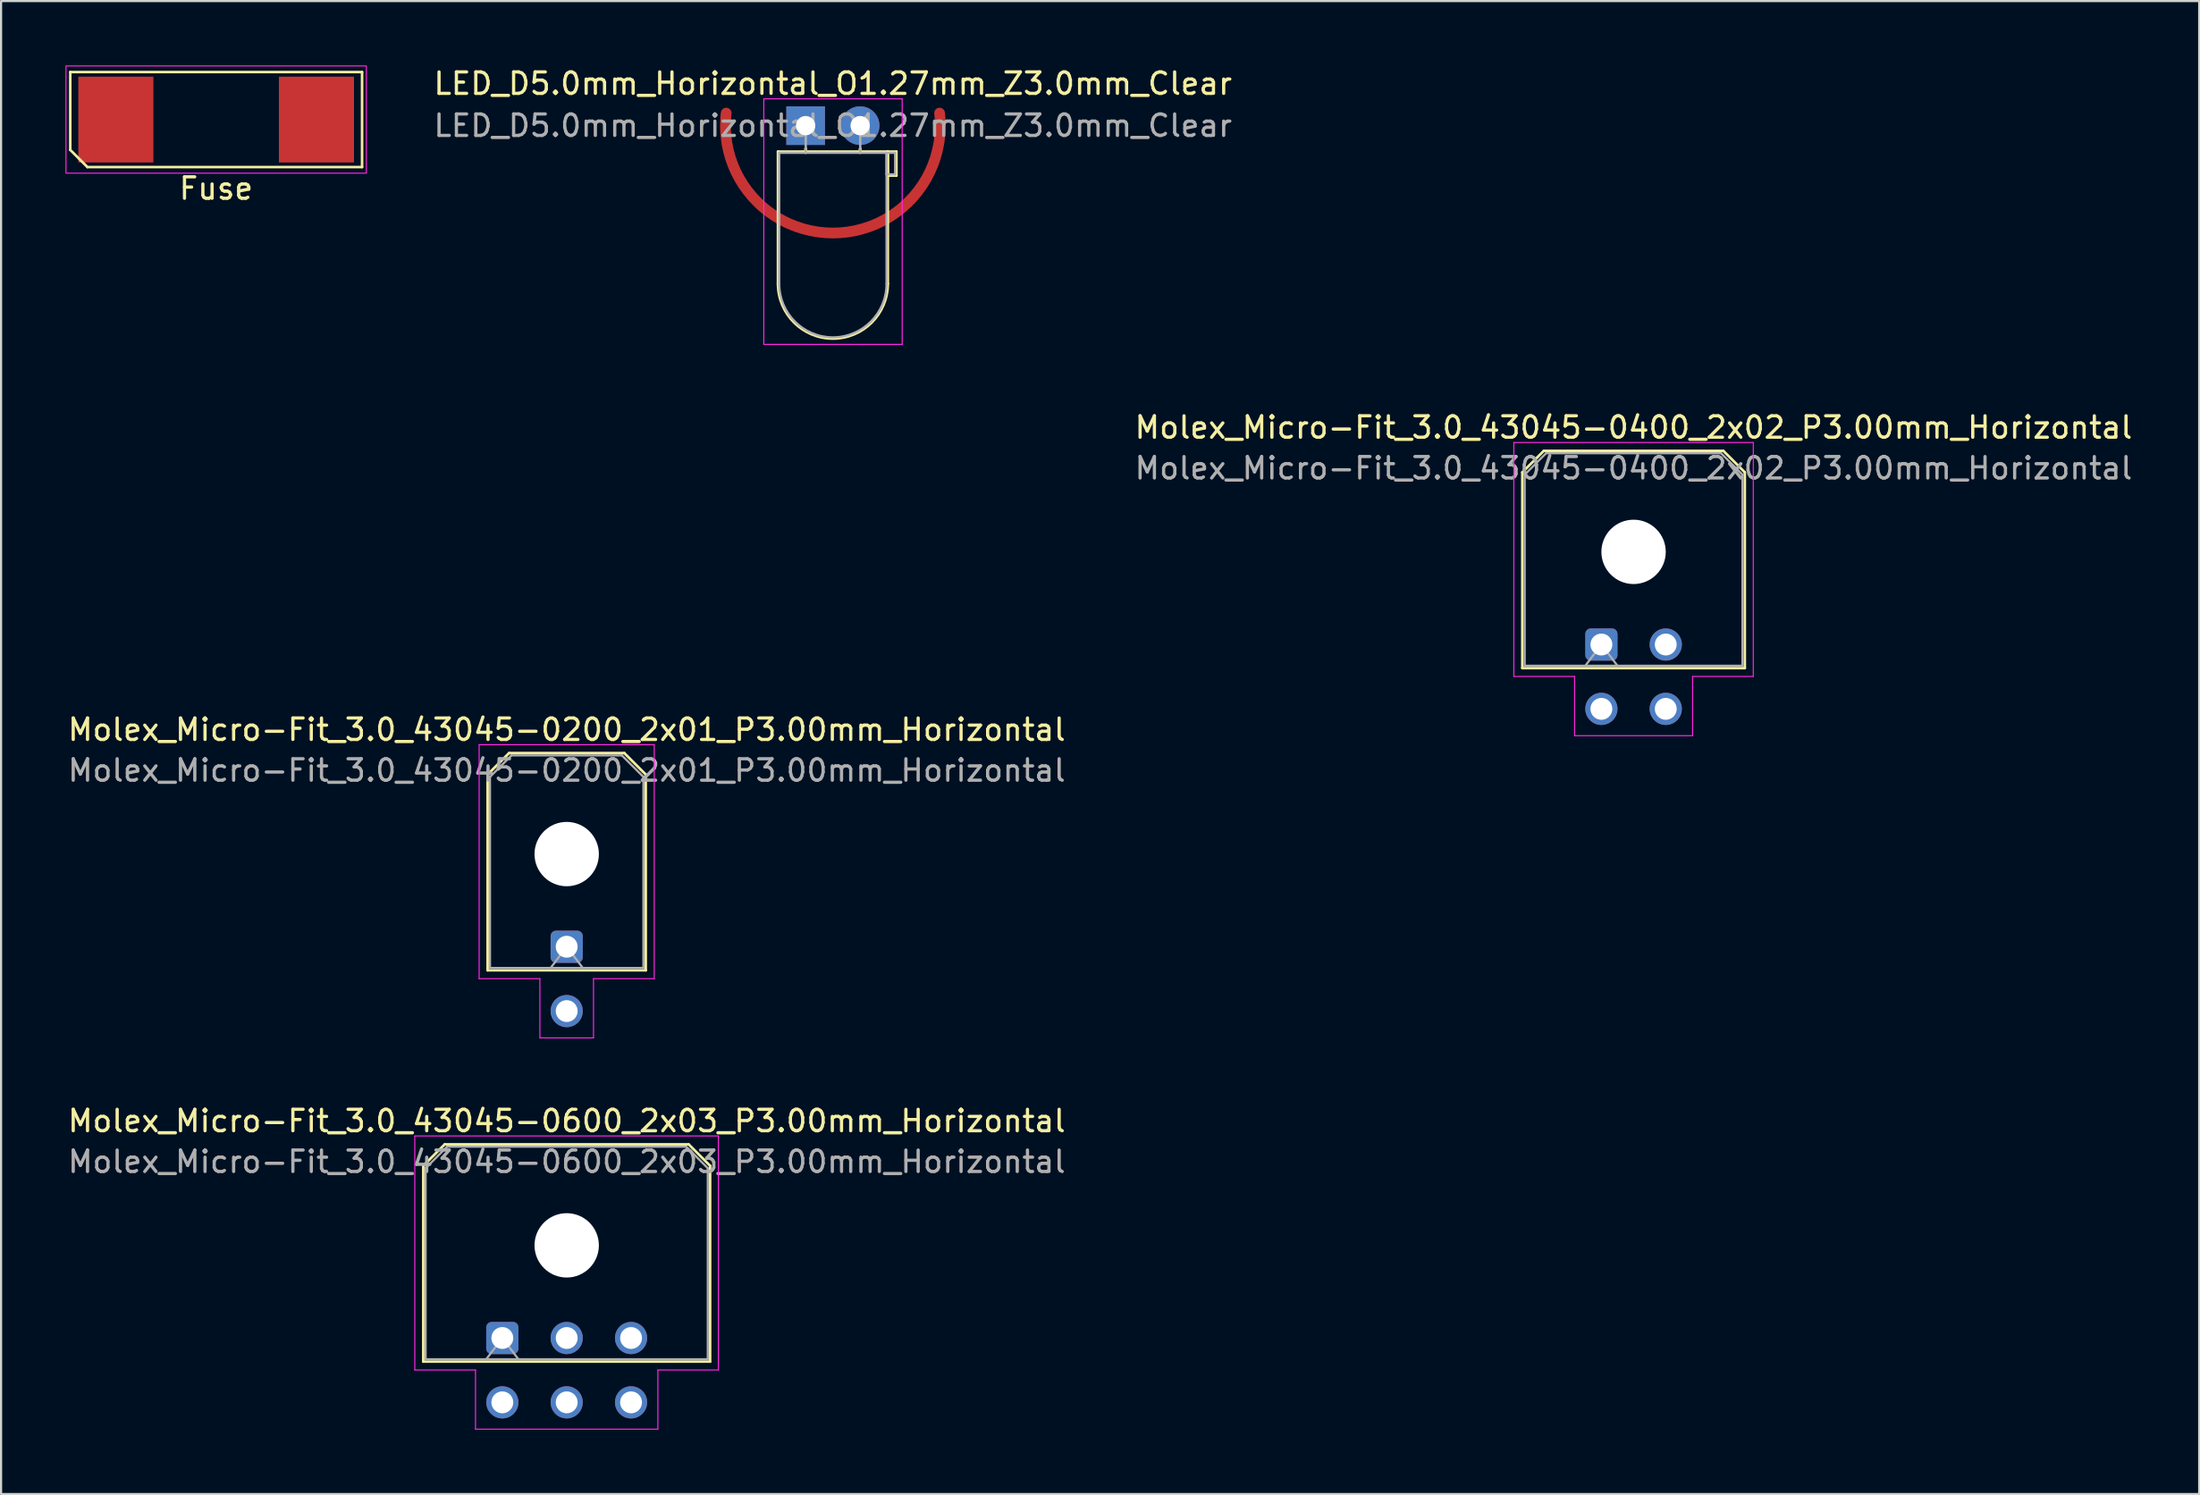
<source format=kicad_pcb>
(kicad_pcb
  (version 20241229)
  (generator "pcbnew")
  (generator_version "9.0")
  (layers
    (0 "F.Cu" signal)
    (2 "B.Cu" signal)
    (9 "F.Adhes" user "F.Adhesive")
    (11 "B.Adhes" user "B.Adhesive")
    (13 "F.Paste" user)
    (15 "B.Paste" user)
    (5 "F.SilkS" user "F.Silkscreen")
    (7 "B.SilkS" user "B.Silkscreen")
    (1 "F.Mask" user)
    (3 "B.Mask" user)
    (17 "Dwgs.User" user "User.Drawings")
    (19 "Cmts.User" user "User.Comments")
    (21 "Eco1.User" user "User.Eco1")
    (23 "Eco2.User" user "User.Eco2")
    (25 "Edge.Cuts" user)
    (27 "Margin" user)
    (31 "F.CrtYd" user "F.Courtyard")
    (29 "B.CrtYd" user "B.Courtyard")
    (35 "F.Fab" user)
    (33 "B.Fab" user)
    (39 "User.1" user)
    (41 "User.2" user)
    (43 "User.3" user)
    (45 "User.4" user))
  (footprint "Molex_Micro-Fit_3.0_43045-0200_2x01_P3.00mm_Horizontal"
    (layer "F.Cu")
    (at 23.363 41.093)
    (property "Reference" "Molex_Micro-Fit_3.0_43045-0200_2x01_P3.00mm_Horizontal" (at 0 -10.12 0) (layer "F.SilkS") (effects (font (size 1 1) (thickness 0.15))))
    (attr through_hole)
    (fp_line (start -3.685 -8.03) (end -2.685 -9.03) (stroke (width 0.12) (type solid)) (layer "F.SilkS"))
    (fp_line (start -3.685 1.1) (end -3.685 -8.03) (stroke (width 0.12) (type solid)) (layer "F.SilkS"))
    (fp_line (start -2.685 -9.03) (end 2.685 -9.03) (stroke (width 0.12) (type solid)) (layer "F.SilkS"))
    (fp_line (start 2.685 -9.03) (end 3.685 -8.03) (stroke (width 0.12) (type solid)) (layer "F.SilkS"))
    (fp_line (start 3.685 -8.03) (end 3.685 1.1) (stroke (width 0.12) (type solid)) (layer "F.SilkS"))
    (fp_line (start 3.685 1.1) (end -3.685 1.1) (stroke (width 0.12) (type solid)) (layer "F.SilkS"))
    (fp_line (start -4.08 -9.42) (end 4.08 -9.42) (stroke (width 0.05) (type solid)) (layer "F.CrtYd"))
    (fp_line (start -4.08 1.49) (end -4.08 -9.42) (stroke (width 0.05) (type solid)) (layer "F.CrtYd"))
    (fp_line (start -1.25 1.49) (end -4.08 1.49) (stroke (width 0.05) (type solid)) (layer "F.CrtYd"))
    (fp_line (start -1.25 4.25) (end -1.25 1.49) (stroke (width 0.05) (type solid)) (layer "F.CrtYd"))
    (fp_line (start 1.25 1.49) (end 1.25 4.25) (stroke (width 0.05) (type solid)) (layer "F.CrtYd"))
    (fp_line (start 1.25 4.25) (end -1.25 4.25) (stroke (width 0.05) (type solid)) (layer "F.CrtYd"))
    (fp_line (start 4.08 -9.42) (end 4.08 1.49) (stroke (width 0.05) (type solid)) (layer "F.CrtYd"))
    (fp_line (start 4.08 1.49) (end 1.25 1.49) (stroke (width 0.05) (type solid)) (layer "F.CrtYd"))
    (fp_line (start -3.575 -7.92) (end -2.575 -8.92) (stroke (width 0.1) (type solid)) (layer "F.Fab"))
    (fp_line (start -3.575 0.99) (end -3.575 -7.92) (stroke (width 0.1) (type solid)) (layer "F.Fab"))
    (fp_line (start -2.575 -8.92) (end 2.575 -8.92) (stroke (width 0.1) (type solid)) (layer "F.Fab"))
    (fp_line (start -0.75 0.99) (end 0 0) (stroke (width 0.1) (type solid)) (layer "F.Fab"))
    (fp_line (start 0 0) (end 0.75 0.99) (stroke (width 0.1) (type solid)) (layer "F.Fab"))
    (fp_line (start 2.575 -8.92) (end 3.575 -7.92) (stroke (width 0.1) (type solid)) (layer "F.Fab"))
    (fp_line (start 3.575 -7.92) (end 3.575 0.99) (stroke (width 0.1) (type solid)) (layer "F.Fab"))
    (fp_line (start 3.575 0.99) (end -3.575 0.99) (stroke (width 0.1) (type solid)) (layer "F.Fab"))
    (fp_rect (start -2.8 -25) (end 2.8 -10) (stroke (width 0.12) (type solid)) (fill no) (layer "User.1"))
    (fp_text user "${REFERENCE}" (at 0 -8.22 0) (layer "F.Fab") (effects (font (size 1 1) (thickness 0.15))))
    (pad "" np_thru_hole circle (at 0 -4.32) (size 3 3) (drill 3) (layers "*.Cu" "*.Mask"))
    (pad "1" thru_hole roundrect (at 0 0) (size 1.5 1.5) (drill 1.02) (layers "*.Cu" "*.Mask") (roundrect_rratio 0.167))
    (pad "2" thru_hole circle (at 0 3) (size 1.5 1.5) (drill 1.02) (layers "*.Cu" "*.Mask")))
  (footprint "LED_D5.0mm_Horizontal_O1.27mm_Z3.0mm_Clear"
    (layer "F.Cu")
    (at 35.77 2.808)
    (property "Reference" "LED_D5.0mm_Horizontal_O1.27mm_Z3.0mm_Clear" (at 0 -1.96 0) (layer "F.SilkS") (effects (font (size 1 1) (thickness 0.15))))
    (attr through_hole)
    (fp_arc (start 4.9728 -0.584169) (mid 0 5.006994) (end -4.9728 -0.58417) (stroke (width 0.5) (type solid)) (layer "F.Cu"))
    (fp_line (start -2.56 1.21) (end -2.56 7.37) (stroke (width 0.12) (type solid)) (layer "F.SilkS"))
    (fp_line (start -2.56 1.21) (end 2.56 1.21) (stroke (width 0.12) (type solid)) (layer "F.SilkS"))
    (fp_line (start -1.27 1.08) (end -1.27 1.08) (stroke (width 0.12) (type solid)) (layer "F.SilkS"))
    (fp_line (start -1.27 1.08) (end -1.27 1.21) (stroke (width 0.12) (type solid)) (layer "F.SilkS"))
    (fp_line (start -1.27 1.21) (end -1.27 1.08) (stroke (width 0.12) (type solid)) (layer "F.SilkS"))
    (fp_line (start -1.27 1.21) (end -1.27 1.21) (stroke (width 0.12) (type solid)) (layer "F.SilkS"))
    (fp_line (start 1.27 1.08) (end 1.27 1.08) (stroke (width 0.12) (type solid)) (layer "F.SilkS"))
    (fp_line (start 1.27 1.08) (end 1.27 1.21) (stroke (width 0.12) (type solid)) (layer "F.SilkS"))
    (fp_line (start 1.27 1.21) (end 1.27 1.08) (stroke (width 0.12) (type solid)) (layer "F.SilkS"))
    (fp_line (start 1.27 1.21) (end 1.27 1.21) (stroke (width 0.12) (type solid)) (layer "F.SilkS"))
    (fp_line (start 2.56 1.21) (end 2.56 7.37) (stroke (width 0.12) (type solid)) (layer "F.SilkS"))
    (fp_line (start 2.56 1.21) (end 2.96 1.21) (stroke (width 0.12) (type solid)) (layer "F.SilkS"))
    (fp_line (start 2.56 2.33) (end 2.56 1.21) (stroke (width 0.12) (type solid)) (layer "F.SilkS"))
    (fp_line (start 2.96 1.21) (end 2.96 2.33) (stroke (width 0.12) (type solid)) (layer "F.SilkS"))
    (fp_line (start 2.96 2.33) (end 2.56 2.33) (stroke (width 0.12) (type solid)) (layer "F.SilkS"))
    (fp_arc (start 2.56 7.37) (mid 0 9.93) (end -2.56 7.37) (stroke (width 0.12) (type solid)) (layer "F.SilkS"))
    (fp_line (start -3.22 -1.25) (end -3.22 10.2) (stroke (width 0.05) (type solid)) (layer "F.CrtYd"))
    (fp_line (start -3.22 10.2) (end 3.23 10.2) (stroke (width 0.05) (type solid)) (layer "F.CrtYd"))
    (fp_line (start 3.23 -1.25) (end -3.22 -1.25) (stroke (width 0.05) (type solid)) (layer "F.CrtYd"))
    (fp_line (start 3.23 10.2) (end 3.23 -1.25) (stroke (width 0.05) (type solid)) (layer "F.CrtYd"))
    (fp_line (start -2.5 1.27) (end -2.5 7.37) (stroke (width 0.1) (type solid)) (layer "F.Fab"))
    (fp_line (start -2.5 1.27) (end 2.5 1.27) (stroke (width 0.1) (type solid)) (layer "F.Fab"))
    (fp_line (start -1.27 0) (end -1.27 0) (stroke (width 0.1) (type solid)) (layer "F.Fab"))
    (fp_line (start -1.27 0) (end -1.27 1.27) (stroke (width 0.1) (type solid)) (layer "F.Fab"))
    (fp_line (start -1.27 1.27) (end -1.27 0) (stroke (width 0.1) (type solid)) (layer "F.Fab"))
    (fp_line (start -1.27 1.27) (end -1.27 1.27) (stroke (width 0.1) (type solid)) (layer "F.Fab"))
    (fp_line (start 1.27 0) (end 1.27 0) (stroke (width 0.1) (type solid)) (layer "F.Fab"))
    (fp_line (start 1.27 0) (end 1.27 1.27) (stroke (width 0.1) (type solid)) (layer "F.Fab"))
    (fp_line (start 1.27 1.27) (end 1.27 0) (stroke (width 0.1) (type solid)) (layer "F.Fab"))
    (fp_line (start 1.27 1.27) (end 1.27 1.27) (stroke (width 0.1) (type solid)) (layer "F.Fab"))
    (fp_line (start 2.5 1.27) (end 2.5 7.37) (stroke (width 0.1) (type solid)) (layer "F.Fab"))
    (fp_line (start 2.5 1.27) (end 2.9 1.27) (stroke (width 0.1) (type solid)) (layer "F.Fab"))
    (fp_line (start 2.5 2.27) (end 2.5 1.27) (stroke (width 0.1) (type solid)) (layer "F.Fab"))
    (fp_line (start 2.9 1.27) (end 2.9 2.27) (stroke (width 0.1) (type solid)) (layer "F.Fab"))
    (fp_line (start 2.9 2.27) (end 2.5 2.27) (stroke (width 0.1) (type solid)) (layer "F.Fab"))
    (fp_arc (start 2.5 7.37) (mid 0 9.87) (end -2.5 7.37) (stroke (width 0.1) (type solid)) (layer "F.Fab"))
    (fp_text user "${REFERENCE}" (at 0 0 0) (layer "F.Fab") (effects (font (size 1 1) (thickness 0.15))))
    (pad "1" thru_hole rect (at -1.27 0) (size 1.8 1.8) (drill 0.9) (layers "*.Cu" "*.Mask"))
    (pad "2" thru_hole circle (at 1.27 0) (size 1.8 1.8) (drill 0.9) (layers "*.Cu" "*.Mask")))
  (footprint "Molex_Micro-Fit_3.0_43045-0600_2x03_P3.00mm_Horizontal"
    (layer "F.Cu")
    (at 20.363 59.337)
    (property "Reference" "Molex_Micro-Fit_3.0_43045-0600_2x03_P3.00mm_Horizontal" (at 3 -10.12 0) (layer "F.SilkS") (effects (font (size 1 1) (thickness 0.15))))
    (attr through_hole)
    (fp_line (start -3.685 -8.03) (end -2.685 -9.03) (stroke (width 0.12) (type solid)) (layer "F.SilkS"))
    (fp_line (start -3.685 1.1) (end -3.685 -8.03) (stroke (width 0.12) (type solid)) (layer "F.SilkS"))
    (fp_line (start -2.685 -9.03) (end 8.685 -9.03) (stroke (width 0.12) (type solid)) (layer "F.SilkS"))
    (fp_line (start 8.685 -9.03) (end 9.685 -8.03) (stroke (width 0.12) (type solid)) (layer "F.SilkS"))
    (fp_line (start 9.685 -8.03) (end 9.685 1.1) (stroke (width 0.12) (type solid)) (layer "F.SilkS"))
    (fp_line (start 9.685 1.1) (end -3.685 1.1) (stroke (width 0.12) (type solid)) (layer "F.SilkS"))
    (fp_line (start -4.08 -9.42) (end 10.07 -9.42) (stroke (width 0.05) (type solid)) (layer "F.CrtYd"))
    (fp_line (start -4.08 1.49) (end -4.08 -9.42) (stroke (width 0.05) (type solid)) (layer "F.CrtYd"))
    (fp_line (start -1.25 1.49) (end -4.08 1.49) (stroke (width 0.05) (type solid)) (layer "F.CrtYd"))
    (fp_line (start -1.25 4.25) (end -1.25 1.49) (stroke (width 0.05) (type solid)) (layer "F.CrtYd"))
    (fp_line (start 7.25 1.49) (end 7.25 4.25) (stroke (width 0.05) (type solid)) (layer "F.CrtYd"))
    (fp_line (start 7.25 4.25) (end -1.25 4.25) (stroke (width 0.05) (type solid)) (layer "F.CrtYd"))
    (fp_line (start 10.07 -9.42) (end 10.07 1.49) (stroke (width 0.05) (type solid)) (layer "F.CrtYd"))
    (fp_line (start 10.07 1.49) (end 7.25 1.49) (stroke (width 0.05) (type solid)) (layer "F.CrtYd"))
    (fp_line (start -3.575 -7.92) (end -2.575 -8.92) (stroke (width 0.1) (type solid)) (layer "F.Fab"))
    (fp_line (start -3.575 0.99) (end -3.575 -7.92) (stroke (width 0.1) (type solid)) (layer "F.Fab"))
    (fp_line (start -2.575 -8.92) (end 8.575 -8.92) (stroke (width 0.1) (type solid)) (layer "F.Fab"))
    (fp_line (start -0.75 0.99) (end 0 0) (stroke (width 0.1) (type solid)) (layer "F.Fab"))
    (fp_line (start 0 0) (end 0.75 0.99) (stroke (width 0.1) (type solid)) (layer "F.Fab"))
    (fp_line (start 8.575 -8.92) (end 9.575 -7.92) (stroke (width 0.1) (type solid)) (layer "F.Fab"))
    (fp_line (start 9.575 -7.92) (end 9.575 0.99) (stroke (width 0.1) (type solid)) (layer "F.Fab"))
    (fp_line (start 9.575 0.99) (end -3.575 0.99) (stroke (width 0.1) (type solid)) (layer "F.Fab"))
    (fp_text user "${REFERENCE}" (at 3 -8.22 0) (layer "F.Fab") (effects (font (size 1 1) (thickness 0.15))))
    (pad "" np_thru_hole circle (at 3 -4.32) (size 3 3) (drill 3) (layers "*.Cu" "*.Mask"))
    (pad "1" thru_hole roundrect (at 0 0) (size 1.5 1.5) (drill 1.02) (layers "*.Cu" "*.Mask") (roundrect_rratio 0.167))
    (pad "2" thru_hole circle (at 3 0) (size 1.5 1.5) (drill 1.02) (layers "*.Cu" "*.Mask"))
    (pad "3" thru_hole circle (at 6 0) (size 1.5 1.5) (drill 1.02) (layers "*.Cu" "*.Mask"))
    (pad "4" thru_hole circle (at 0 3) (size 1.5 1.5) (drill 1.02) (layers "*.Cu" "*.Mask"))
    (pad "5" thru_hole circle (at 3 3) (size 1.5 1.5) (drill 1.02) (layers "*.Cu" "*.Mask"))
    (pad "6" thru_hole circle (at 6 3) (size 1.5 1.5) (drill 1.02) (layers "*.Cu" "*.Mask")))
  (footprint "Fuse"
    (layer "F.Cu")
    (at 7.025 2.525)
    (property "Reference" "Fuse" (at 0 3.215 0) (layer "F.SilkS") (effects (font (size 1 1) (thickness 0.15))))
    (attr smd)
    (fp_line (start -6.8 -2.215) (end 6.8 -2.215) (stroke (width 0.12) (type solid)) (layer "F.SilkS"))
    (fp_line (start -6.8 1.415) (end -6.8 -2.215) (stroke (width 0.12) (type solid)) (layer "F.SilkS"))
    (fp_line (start -6 2.215) (end -6.8 1.415) (stroke (width 0.12) (type solid)) (layer "F.SilkS"))
    (fp_line (start 6.8 -2.215) (end 6.8 2.215) (stroke (width 0.12) (type solid)) (layer "F.SilkS"))
    (fp_line (start 6.8 2.215) (end -6 2.215) (stroke (width 0.12) (type solid)) (layer "F.SilkS"))
    (fp_rect (start -7 -2.5) (end 7 2.5) (stroke (width 0.05) (type default)) (fill no) (layer "F.CrtYd"))
    (pad "1" smd rect (at -4.675 0) (size 3.5 4) (layers "F.Cu" "F.Mask" "F.Paste"))
    (pad "2" smd rect (at 4.675 0) (size 3.5 4) (layers "F.Cu" "F.Mask" "F.Paste")))
  (footprint "Molex_Micro-Fit_3.0_43045-0400_2x02_P3.00mm_Horizontal"
    (layer "F.Cu")
    (at 71.589 27.002)
    (property "Reference" "Molex_Micro-Fit_3.0_43045-0400_2x02_P3.00mm_Horizontal" (at 1.5 -10.12 0) (layer "F.SilkS") (effects (font (size 1 1) (thickness 0.15))))
    (attr through_hole)
    (fp_line (start -3.685 -8.03) (end -2.685 -9.03) (stroke (width 0.12) (type solid)) (layer "F.SilkS"))
    (fp_line (start -3.685 1.1) (end -3.685 -8.03) (stroke (width 0.12) (type solid)) (layer "F.SilkS"))
    (fp_line (start -2.685 -9.03) (end 5.685 -9.03) (stroke (width 0.12) (type solid)) (layer "F.SilkS"))
    (fp_line (start 5.685 -9.03) (end 6.685 -8.03) (stroke (width 0.12) (type solid)) (layer "F.SilkS"))
    (fp_line (start 6.685 -8.03) (end 6.685 1.1) (stroke (width 0.12) (type solid)) (layer "F.SilkS"))
    (fp_line (start 6.685 1.1) (end -3.685 1.1) (stroke (width 0.12) (type solid)) (layer "F.SilkS"))
    (fp_line (start -4.08 -9.42) (end 7.08 -9.42) (stroke (width 0.05) (type solid)) (layer "F.CrtYd"))
    (fp_line (start -4.08 1.49) (end -4.08 -9.42) (stroke (width 0.05) (type solid)) (layer "F.CrtYd"))
    (fp_line (start -1.25 1.49) (end -4.08 1.49) (stroke (width 0.05) (type solid)) (layer "F.CrtYd"))
    (fp_line (start -1.25 4.25) (end -1.25 1.49) (stroke (width 0.05) (type solid)) (layer "F.CrtYd"))
    (fp_line (start 4.25 1.49) (end 4.25 4.25) (stroke (width 0.05) (type solid)) (layer "F.CrtYd"))
    (fp_line (start 4.25 4.25) (end -1.25 4.25) (stroke (width 0.05) (type solid)) (layer "F.CrtYd"))
    (fp_line (start 7.08 -9.42) (end 7.08 1.49) (stroke (width 0.05) (type solid)) (layer "F.CrtYd"))
    (fp_line (start 7.08 1.49) (end 4.25 1.49) (stroke (width 0.05) (type solid)) (layer "F.CrtYd"))
    (fp_line (start -3.575 -7.92) (end -2.575 -8.92) (stroke (width 0.1) (type solid)) (layer "F.Fab"))
    (fp_line (start -3.575 0.99) (end -3.575 -7.92) (stroke (width 0.1) (type solid)) (layer "F.Fab"))
    (fp_line (start -2.575 -8.92) (end 5.575 -8.92) (stroke (width 0.1) (type solid)) (layer "F.Fab"))
    (fp_line (start -0.75 0.99) (end 0 0) (stroke (width 0.1) (type solid)) (layer "F.Fab"))
    (fp_line (start 0 0) (end 0.75 0.99) (stroke (width 0.1) (type solid)) (layer "F.Fab"))
    (fp_line (start 5.575 -8.92) (end 6.575 -7.92) (stroke (width 0.1) (type solid)) (layer "F.Fab"))
    (fp_line (start 6.575 -7.92) (end 6.575 0.99) (stroke (width 0.1) (type solid)) (layer "F.Fab"))
    (fp_line (start 6.575 0.99) (end -3.575 0.99) (stroke (width 0.1) (type solid)) (layer "F.Fab"))
    (fp_text user "${REFERENCE}" (at 1.5 -8.22 0) (layer "F.Fab") (effects (font (size 1 1) (thickness 0.15))))
    (pad "" np_thru_hole circle (at 1.5 -4.32) (size 3 3) (drill 3) (layers "*.Cu" "*.Mask"))
    (pad "1" thru_hole roundrect (at 0 0) (size 1.5 1.5) (drill 1.02) (layers "*.Cu" "*.Mask") (roundrect_rratio 0.167))
    (pad "2" thru_hole circle (at 3 0) (size 1.5 1.5) (drill 1.02) (layers "*.Cu" "*.Mask"))
    (pad "3" thru_hole circle (at 0 3) (size 1.5 1.5) (drill 1.02) (layers "*.Cu" "*.Mask"))
    (pad "4" thru_hole circle (at 3 3) (size 1.5 1.5) (drill 1.02) (layers "*.Cu" "*.Mask")))
  (gr_rect
    (start -3 -3)
    (end 99.452 66.612)
    (stroke (width 0.1) (type default))
    (fill no)
    (layer "Edge.Cuts")))
</source>
